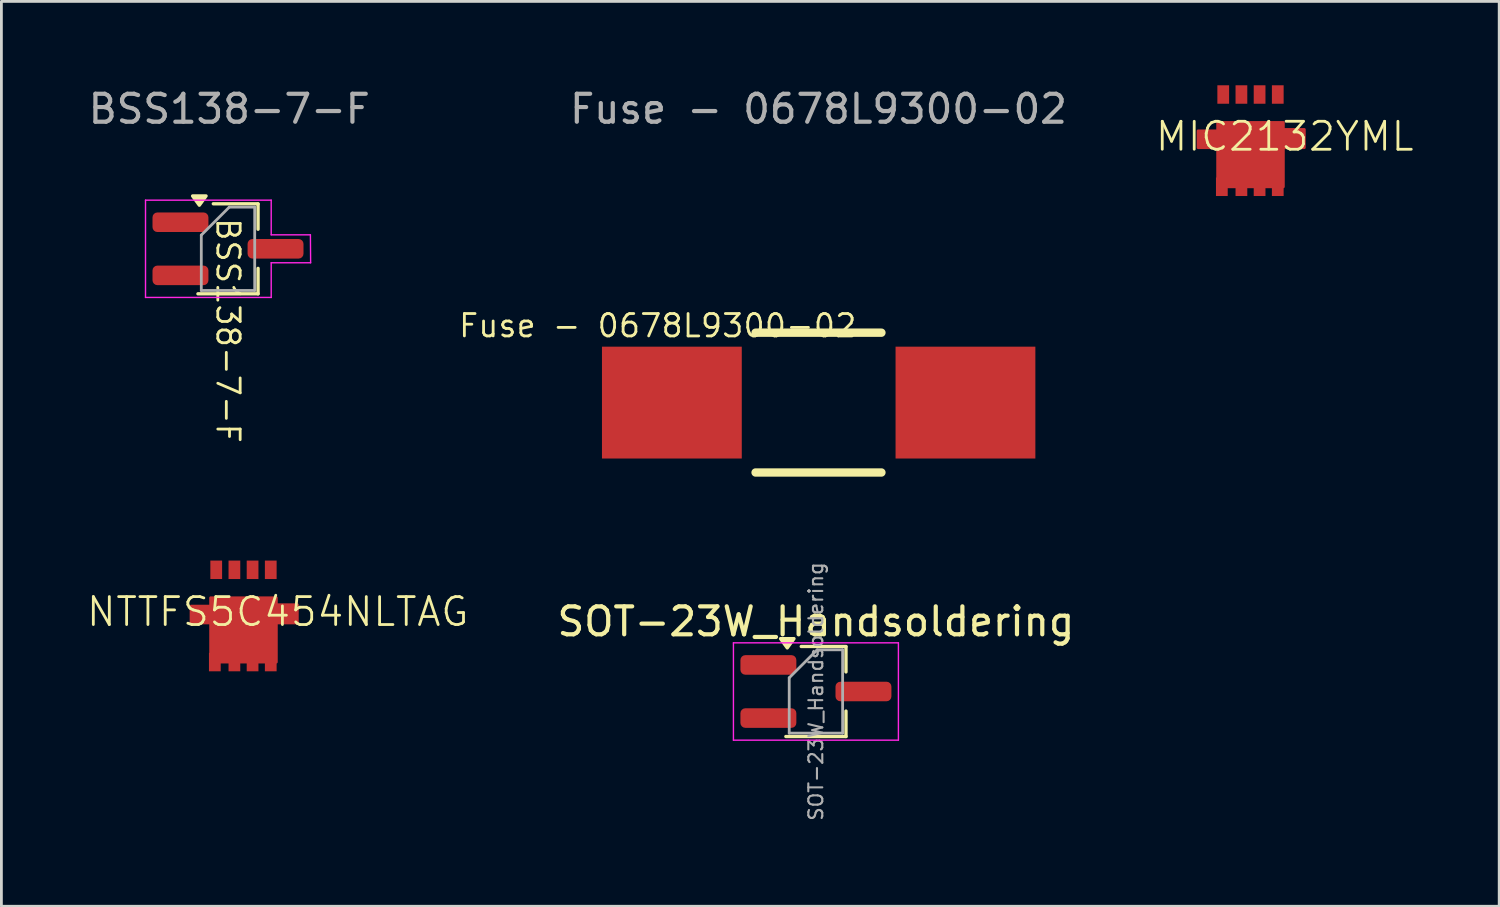
<source format=kicad_pcb>
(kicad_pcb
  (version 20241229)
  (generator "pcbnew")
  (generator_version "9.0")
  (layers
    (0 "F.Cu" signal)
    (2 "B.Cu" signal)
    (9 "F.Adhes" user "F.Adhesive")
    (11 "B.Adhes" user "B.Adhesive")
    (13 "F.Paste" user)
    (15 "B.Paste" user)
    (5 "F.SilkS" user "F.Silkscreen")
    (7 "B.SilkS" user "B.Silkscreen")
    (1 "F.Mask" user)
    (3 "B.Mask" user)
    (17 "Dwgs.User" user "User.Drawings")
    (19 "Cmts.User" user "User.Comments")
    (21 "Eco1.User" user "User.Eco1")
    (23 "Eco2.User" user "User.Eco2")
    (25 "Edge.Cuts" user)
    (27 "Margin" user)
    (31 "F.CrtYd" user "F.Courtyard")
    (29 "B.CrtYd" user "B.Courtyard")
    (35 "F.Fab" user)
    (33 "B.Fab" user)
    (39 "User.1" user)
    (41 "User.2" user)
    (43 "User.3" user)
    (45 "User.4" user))
  (footprint "Fuse - 0678L9300-02"
    (layer "F.Cu")
    (at 26.222 11.348)
    (property "Reference" "Fuse - 0678L9300-02" (at -5.75 -2.75 0) (unlocked yes) (layer "F.SilkS") (effects (font (size 0.8 0.8) (thickness 0.1))))
    (attr smd)
    (fp_line (start -2.25 -2.5) (end 2.25 -2.5) (stroke (width 0.3) (type solid)) (layer "F.SilkS"))
    (fp_line (start -2.25 2.5) (end 2.25 2.5) (stroke (width 0.3) (type solid)) (layer "F.SilkS"))
    (fp_text user "${REFERENCE}" (at 0 -10.5 0) (unlocked yes) (layer "F.Fab") (effects (font (size 1 1) (thickness 0.15))))
    (pad "1" smd rect (at -5.244 0) (size 5 4) (layers "F.Cu" "F.Mask" "F.Paste"))
    (pad "2" smd rect (at 5.256 0) (size 5 4) (layers "F.Cu" "F.Mask" "F.Paste")))
  (footprint "NTTFS5C454NLTAG"
    (layer "F.Cu")
    (at 6.883 19.328)
    (property "Reference" "NTTFS5C454NLTAG" (at 0 -0.5 0) (unlocked yes) (layer "F.SilkS") (effects (font (size 1 1) (thickness 0.1))))
    (attr smd)
    (fp_poly (pts (xy -3.1 -0.7) (xy -2.4 -0.7) (xy -2.4 -1) (xy -0.05 -1) (xy -0.05 -0.75) (xy 0.7 -0.75) (xy 0.7 -0.1) (xy -0.05 -0.1) (xy -0.05 1.3) (xy -2.4 1.3) (xy -2.4 -0.1) (xy -3.1 -0.1)) (stroke (width 0.1) (type solid)) (fill yes) (layer "F.Cu"))
    (pad "1" smd rect (at -2.9 -0.4) (size 0.42 0.66) (layers "F.Cu" "F.Mask" "F.Paste"))
    (pad "1" smd rect (at -2.25 1.3) (size 0.42 0.66) (layers "F.Cu" "F.Mask" "F.Paste"))
    (pad "1" smd rect (at -1.55 1.3) (size 0.42 0.66) (layers "F.Cu" "F.Mask" "F.Paste"))
    (pad "1" smd rect (at -0.9 1.3) (size 0.42 0.66) (layers "F.Cu" "F.Mask" "F.Paste"))
    (pad "1" smd rect (at -0.25 1.3) (size 0.42 0.66) (layers "F.Cu" "F.Mask" "F.Paste"))
    (pad "1" smd rect (at 0.45 -0.4) (size 0.42 0.66) (layers "F.Cu" "F.Mask" "F.Paste"))
    (pad "2" smd rect (at -1.55 -2) (size 0.42 0.66) (layers "F.Cu" "F.Mask" "F.Paste"))
    (pad "2" smd rect (at -0.9 -2) (size 0.42 0.66) (layers "F.Cu" "F.Mask" "F.Paste"))
    (pad "2" smd rect (at -0.25 -2) (size 0.42 0.66) (layers "F.Cu" "F.Mask" "F.Paste"))
    (pad "3" smd rect (at -2.2 -2) (size 0.42 0.66) (layers "F.Cu" "F.Mask" "F.Paste")))
  (footprint "BSS138-7-F"
    (layer "F.Cu")
    (at 5.149 5.848)
    (property "Reference" "BSS138-7-F" (at -0.045 2.922 270) (unlocked yes) (layer "F.SilkS") (effects (font (size 0.8 0.8) (thickness 0.1))))
    (attr smd)
    (fp_line (start -1.12 1.61) (end 1.03 1.61) (stroke (width 0.12) (type solid)) (layer "F.SilkS"))
    (fp_line (start -0.57 -1.61) (end 1.03 -1.61) (stroke (width 0.12) (type solid)) (layer "F.SilkS"))
    (fp_line (start 1.03 -1.6) (end 1.03 -0.7) (stroke (width 0.12) (type solid)) (layer "F.SilkS"))
    (fp_line (start 1.03 0.7) (end 1.03 1.61) (stroke (width 0.12) (type solid)) (layer "F.SilkS"))
    (fp_poly (pts (xy -1.07 -1.56) (xy -1.31 -1.89) (xy -0.83 -1.89) (xy -1.07 -1.56)) (stroke (width 0.12) (type solid)) (fill yes) (layer "F.SilkS"))
    (fp_line (start -2.995 -1.74) (end 1.5 -1.74) (stroke (width 0.05) (type solid)) (layer "F.CrtYd"))
    (fp_line (start -2.995 1.74) (end -2.995 -1.74) (stroke (width 0.05) (type solid)) (layer "F.CrtYd"))
    (fp_line (start 1.5 -1.74) (end 1.5 -0.5) (stroke (width 0.05) (type default)) (layer "F.CrtYd"))
    (fp_line (start 1.5 -0.5) (end 2.902 -0.5) (stroke (width 0.05) (type default)) (layer "F.CrtYd"))
    (fp_line (start 1.5 0.5) (end 2.91 0.5) (stroke (width 0.05) (type default)) (layer "F.CrtYd"))
    (fp_line (start 1.5 1.74) (end -2.995 1.74) (stroke (width 0.05) (type solid)) (layer "F.CrtYd"))
    (fp_line (start 1.5 1.74) (end 1.5 0.5) (stroke (width 0.05) (type default)) (layer "F.CrtYd"))
    (fp_line (start 2.902 -0.5) (end 2.91 0.5) (stroke (width 0.05) (type solid)) (layer "F.CrtYd"))
    (fp_line (start -1 -0.49) (end -1 1.49) (stroke (width 0.1) (type solid)) (layer "F.Fab"))
    (fp_line (start -1 -0.49) (end 0 -1.49) (stroke (width 0.1) (type solid)) (layer "F.Fab"))
    (fp_line (start -1 1.49) (end 0.91 1.49) (stroke (width 0.1) (type solid)) (layer "F.Fab"))
    (fp_line (start 0 -1.49) (end 0.91 -1.49) (stroke (width 0.1) (type solid)) (layer "F.Fab"))
    (fp_line (start 0.91 -1.49) (end 0.91 1.49) (stroke (width 0.1) (type solid)) (layer "F.Fab"))
    (fp_text user "${REFERENCE}" (at 0 -5 0) (unlocked yes) (layer "F.Fab") (effects (font (size 1 1) (thickness 0.15))))
    (pad "1" smd roundrect (at 1.655 0) (size 2 0.7) (layers "F.Cu" "F.Mask" "F.Paste") (roundrect_rratio 0.25))
    (pad "2" smd roundrect (at -1.745 0.95) (size 2 0.7) (layers "F.Cu" "F.Mask" "F.Paste") (roundrect_rratio 0.25))
    (pad "3" smd roundrect (at -1.745 -0.95) (size 2 0.7) (layers "F.Cu" "F.Mask" "F.Paste") (roundrect_rratio 0.25)))
  (footprint "SOT-23W_Handsoldering"
    (layer "F.Cu")
    (at 26.13 21.68)
    (property "Reference" "SOT-23W_Handsoldering" (at 0 -2.5 0) (layer "F.SilkS") (effects (font (size 1 1) (thickness 0.15))))
    (attr smd)
    (fp_line (start -1.075 1.61) (end 1.075 1.61) (stroke (width 0.12) (type solid)) (layer "F.SilkS"))
    (fp_line (start -0.525 -1.61) (end 1.075 -1.61) (stroke (width 0.12) (type solid)) (layer "F.SilkS"))
    (fp_line (start 1.075 -1.6) (end 1.075 -0.7) (stroke (width 0.12) (type solid)) (layer "F.SilkS"))
    (fp_line (start 1.075 0.7) (end 1.075 1.61) (stroke (width 0.12) (type solid)) (layer "F.SilkS"))
    (fp_poly (pts (xy -1.025 -1.56) (xy -1.265 -1.89) (xy -0.785 -1.89) (xy -1.025 -1.56)) (stroke (width 0.12) (type solid)) (fill yes) (layer "F.SilkS"))
    (fp_line (start -2.95 -1.74) (end 2.95 -1.74) (stroke (width 0.05) (type solid)) (layer "F.CrtYd"))
    (fp_line (start -2.95 1.74) (end -2.95 -1.74) (stroke (width 0.05) (type solid)) (layer "F.CrtYd"))
    (fp_line (start 2.95 -1.74) (end 2.95 1.74) (stroke (width 0.05) (type solid)) (layer "F.CrtYd"))
    (fp_line (start 2.95 1.74) (end -2.95 1.74) (stroke (width 0.05) (type solid)) (layer "F.CrtYd"))
    (fp_line (start -0.955 -0.49) (end -0.955 1.49) (stroke (width 0.1) (type solid)) (layer "F.Fab"))
    (fp_line (start -0.955 -0.49) (end 0.045 -1.49) (stroke (width 0.1) (type solid)) (layer "F.Fab"))
    (fp_line (start -0.955 1.49) (end 0.955 1.49) (stroke (width 0.1) (type solid)) (layer "F.Fab"))
    (fp_line (start 0.045 -1.49) (end 0.955 -1.49) (stroke (width 0.1) (type solid)) (layer "F.Fab"))
    (fp_line (start 0.955 -1.49) (end 0.955 1.49) (stroke (width 0.1) (type solid)) (layer "F.Fab"))
    (fp_text user "${REFERENCE}" (at 0 0 90) (layer "F.Fab") (effects (font (size 0.5 0.5) (thickness 0.075))))
    (pad "1" smd roundrect (at -1.7 -0.95) (size 2 0.7) (layers "F.Cu" "F.Mask" "F.Paste") (roundrect_rratio 0.25))
    (pad "2" smd roundrect (at -1.7 0.95) (size 2 0.7) (layers "F.Cu" "F.Mask" "F.Paste") (roundrect_rratio 0.25))
    (pad "3" smd roundrect (at 1.7 0) (size 2 0.7) (layers "F.Cu" "F.Mask" "F.Paste") (roundrect_rratio 0.25)))
  (footprint "MIC2132YML"
    (layer "F.Cu")
    (at 42.897 2.33)
    (property "Reference" "MIC2132YML" (at 0 -0.5 0) (unlocked yes) (layer "F.SilkS") (effects (font (size 1 1) (thickness 0.1))))
    (attr smd)
    (fp_poly (pts (xy -3.1 -0.7) (xy -2.4 -0.7) (xy -2.4 -1) (xy -0.05 -1) (xy -0.05 -0.75) (xy 0.7 -0.75) (xy 0.7 -0.1) (xy -0.05 -0.1) (xy -0.05 1.3) (xy -2.4 1.3) (xy -2.4 -0.1) (xy -3.1 -0.1)) (stroke (width 0.1) (type solid)) (fill yes) (layer "F.Cu"))
    (pad "1" smd rect (at -2.9 -0.4) (size 0.42 0.66) (layers "F.Cu" "F.Mask" "F.Paste"))
    (pad "1" smd rect (at -2.25 1.3) (size 0.42 0.66) (layers "F.Cu" "F.Mask" "F.Paste"))
    (pad "1" smd rect (at -2.2 -2) (size 0.42 0.66) (layers "F.Cu" "F.Mask" "F.Paste"))
    (pad "1" smd rect (at -1.55 -2) (size 0.42 0.66) (layers "F.Cu" "F.Mask" "F.Paste"))
    (pad "1" smd rect (at -1.55 1.3) (size 0.42 0.66) (layers "F.Cu" "F.Mask" "F.Paste"))
    (pad "1" smd rect (at -0.9 -2) (size 0.42 0.66) (layers "F.Cu" "F.Mask" "F.Paste"))
    (pad "1" smd rect (at -0.9 1.3) (size 0.42 0.66) (layers "F.Cu" "F.Mask" "F.Paste"))
    (pad "1" smd rect (at -0.25 -2) (size 0.42 0.66) (layers "F.Cu" "F.Mask" "F.Paste"))
    (pad "1" smd rect (at -0.25 1.3) (size 0.42 0.66) (layers "F.Cu" "F.Mask" "F.Paste"))
    (pad "1" smd rect (at 0.45 -0.4) (size 0.42 0.66) (layers "F.Cu" "F.Mask" "F.Paste")))
  (gr_rect
    (start -3 -3)
    (end 50.566 29.361)
    (stroke (width 0.1) (type default))
    (fill no)
    (layer "Edge.Cuts")))
</source>
